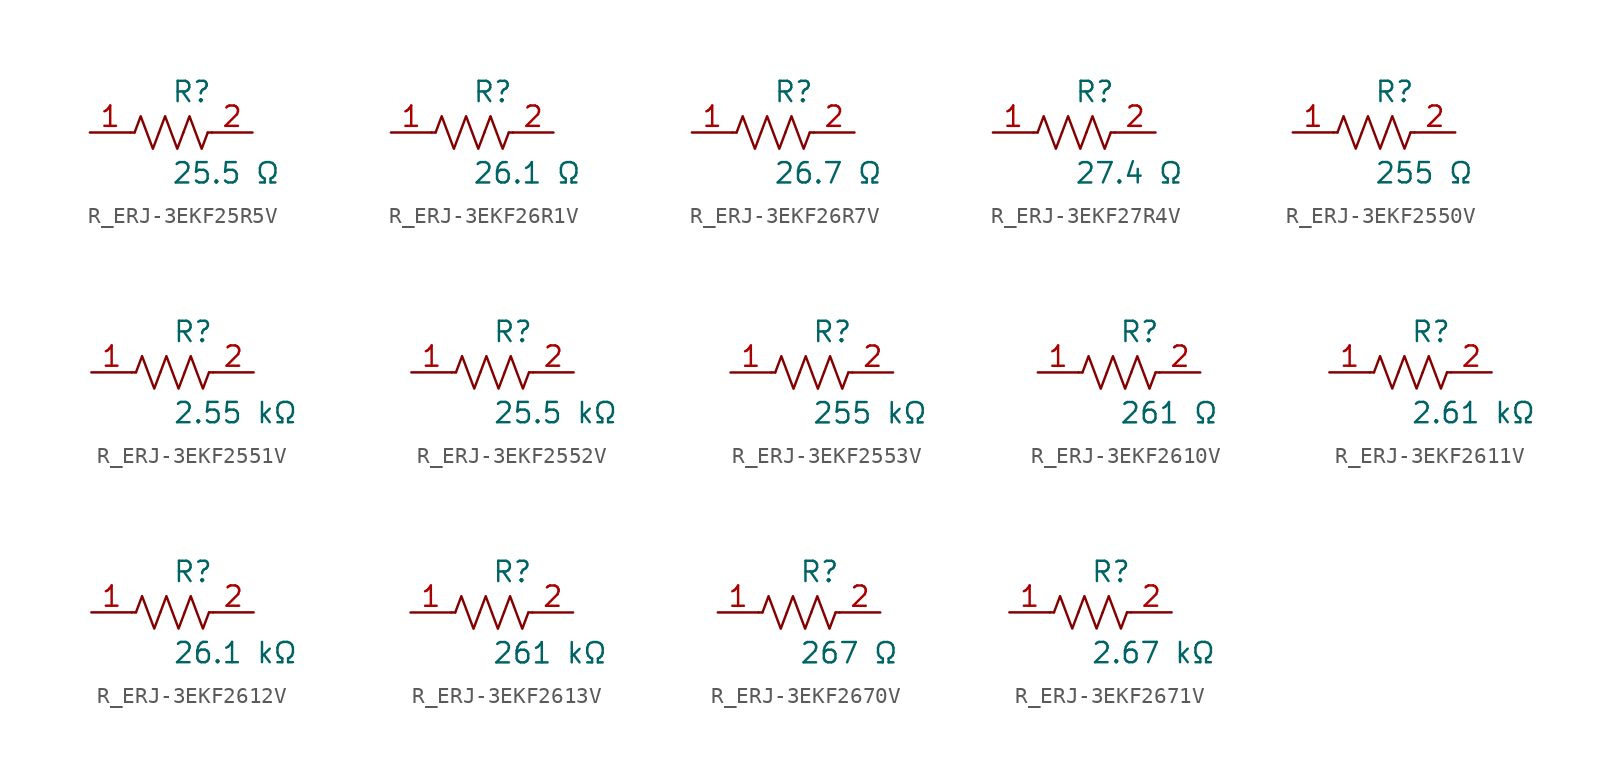
<source format=kicad_sym>
(kicad_symbol_lib
  (version 20231120)
  (generator "kicad_symbol_editor")
  (generator_version "8.0")
  (symbol "R_ERJ-3EKF25R5V"
    (pin_names
      (offset 0.254))
    (property "Reference" "R"
      (at 0 2.54 0)
      (effects (font (size 1.27 1.27)) (justify left)))
    (property "Value" "25.5 Ω"
      (at 0 -2.54 0)
      (effects (font (size 1.27 1.27)) (justify left)))
    (symbol "R_ERJ-3EKF25R5V_0_1"
      (polyline (pts (xy 2.286 0) (xy 2.54 0)) (stroke (width 0) (type default)) (fill (type none)))
      (polyline (pts (xy -2.286 0) (xy -2.54 0)) (stroke (width 0) (type default)) (fill (type none)))
      (polyline (pts (xy 0.762 0) (xy 1.143 1.016) (xy 1.524 0) (xy 1.905 -1.016) (xy 2.286 0)) (stroke (width 0) (type default)) (fill (type none)))
      (polyline (pts (xy -0.762 0) (xy -0.381 1.016) (xy 0 0) (xy 0.381 -1.016) (xy 0.762 0)) (stroke (width 0) (type default)) (fill (type none)))
      (polyline (pts (xy -2.286 0) (xy -1.905 1.016) (xy -1.524 0) (xy -1.143 -1.016) (xy -0.762 0)) (stroke (width 0) (type default)) (fill (type none))))
    (pin unspecified line
      (at -5.08 0 0)
      (length 2.54)
      (name "" (effects (font (size 1.27 1.27))))
      (number "1" (effects (font (size 1.27 1.27)))))
    (pin unspecified line
      (at 5.08 0 180)
      (length 2.54)
      (name "" (effects (font (size 1.27 1.27))))
      (number "2" (effects (font (size 1.27 1.27))))))
  (symbol "R_ERJ-3EKF26R1V"
    (pin_names
      (offset 0.254))
    (property "Reference" "R"
      (at 0 2.54 0)
      (effects (font (size 1.27 1.27)) (justify left)))
    (property "Value" "26.1 Ω"
      (at 0 -2.54 0)
      (effects (font (size 1.27 1.27)) (justify left)))
    (symbol "R_ERJ-3EKF26R1V_0_1"
      (polyline (pts (xy 2.286 0) (xy 2.54 0)) (stroke (width 0) (type default)) (fill (type none)))
      (polyline (pts (xy -2.286 0) (xy -2.54 0)) (stroke (width 0) (type default)) (fill (type none)))
      (polyline (pts (xy 0.762 0) (xy 1.143 1.016) (xy 1.524 0) (xy 1.905 -1.016) (xy 2.286 0)) (stroke (width 0) (type default)) (fill (type none)))
      (polyline (pts (xy -0.762 0) (xy -0.381 1.016) (xy 0 0) (xy 0.381 -1.016) (xy 0.762 0)) (stroke (width 0) (type default)) (fill (type none)))
      (polyline (pts (xy -2.286 0) (xy -1.905 1.016) (xy -1.524 0) (xy -1.143 -1.016) (xy -0.762 0)) (stroke (width 0) (type default)) (fill (type none))))
    (pin unspecified line
      (at -5.08 0 0)
      (length 2.54)
      (name "" (effects (font (size 1.27 1.27))))
      (number "1" (effects (font (size 1.27 1.27)))))
    (pin unspecified line
      (at 5.08 0 180)
      (length 2.54)
      (name "" (effects (font (size 1.27 1.27))))
      (number "2" (effects (font (size 1.27 1.27))))))
  (symbol "R_ERJ-3EKF26R7V"
    (pin_names
      (offset 0.254))
    (property "Reference" "R"
      (at 0 2.54 0)
      (effects (font (size 1.27 1.27)) (justify left)))
    (property "Value" "26.7 Ω"
      (at 0 -2.54 0)
      (effects (font (size 1.27 1.27)) (justify left)))
    (symbol "R_ERJ-3EKF26R7V_0_1"
      (polyline (pts (xy 2.286 0) (xy 2.54 0)) (stroke (width 0) (type default)) (fill (type none)))
      (polyline (pts (xy -2.286 0) (xy -2.54 0)) (stroke (width 0) (type default)) (fill (type none)))
      (polyline (pts (xy 0.762 0) (xy 1.143 1.016) (xy 1.524 0) (xy 1.905 -1.016) (xy 2.286 0)) (stroke (width 0) (type default)) (fill (type none)))
      (polyline (pts (xy -0.762 0) (xy -0.381 1.016) (xy 0 0) (xy 0.381 -1.016) (xy 0.762 0)) (stroke (width 0) (type default)) (fill (type none)))
      (polyline (pts (xy -2.286 0) (xy -1.905 1.016) (xy -1.524 0) (xy -1.143 -1.016) (xy -0.762 0)) (stroke (width 0) (type default)) (fill (type none))))
    (pin unspecified line
      (at -5.08 0 0)
      (length 2.54)
      (name "" (effects (font (size 1.27 1.27))))
      (number "1" (effects (font (size 1.27 1.27)))))
    (pin unspecified line
      (at 5.08 0 180)
      (length 2.54)
      (name "" (effects (font (size 1.27 1.27))))
      (number "2" (effects (font (size 1.27 1.27))))))
  (symbol "R_ERJ-3EKF27R4V"
    (pin_names
      (offset 0.254))
    (property "Reference" "R"
      (at 0 2.54 0)
      (effects (font (size 1.27 1.27)) (justify left)))
    (property "Value" "27.4 Ω"
      (at 0 -2.54 0)
      (effects (font (size 1.27 1.27)) (justify left)))
    (symbol "R_ERJ-3EKF27R4V_0_1"
      (polyline (pts (xy 2.286 0) (xy 2.54 0)) (stroke (width 0) (type default)) (fill (type none)))
      (polyline (pts (xy -2.286 0) (xy -2.54 0)) (stroke (width 0) (type default)) (fill (type none)))
      (polyline (pts (xy 0.762 0) (xy 1.143 1.016) (xy 1.524 0) (xy 1.905 -1.016) (xy 2.286 0)) (stroke (width 0) (type default)) (fill (type none)))
      (polyline (pts (xy -0.762 0) (xy -0.381 1.016) (xy 0 0) (xy 0.381 -1.016) (xy 0.762 0)) (stroke (width 0) (type default)) (fill (type none)))
      (polyline (pts (xy -2.286 0) (xy -1.905 1.016) (xy -1.524 0) (xy -1.143 -1.016) (xy -0.762 0)) (stroke (width 0) (type default)) (fill (type none))))
    (pin unspecified line
      (at -5.08 0 0)
      (length 2.54)
      (name "" (effects (font (size 1.27 1.27))))
      (number "1" (effects (font (size 1.27 1.27)))))
    (pin unspecified line
      (at 5.08 0 180)
      (length 2.54)
      (name "" (effects (font (size 1.27 1.27))))
      (number "2" (effects (font (size 1.27 1.27))))))
  (symbol "R_ERJ-3EKF2550V"
    (pin_names
      (offset 0.254))
    (property "Reference" "R"
      (at 0 2.54 0)
      (effects (font (size 1.27 1.27)) (justify left)))
    (property "Value" "255 Ω"
      (at 0 -2.54 0)
      (effects (font (size 1.27 1.27)) (justify left)))
    (symbol "R_ERJ-3EKF2550V_0_1"
      (polyline (pts (xy 2.286 0) (xy 2.54 0)) (stroke (width 0) (type default)) (fill (type none)))
      (polyline (pts (xy -2.286 0) (xy -2.54 0)) (stroke (width 0) (type default)) (fill (type none)))
      (polyline (pts (xy 0.762 0) (xy 1.143 1.016) (xy 1.524 0) (xy 1.905 -1.016) (xy 2.286 0)) (stroke (width 0) (type default)) (fill (type none)))
      (polyline (pts (xy -0.762 0) (xy -0.381 1.016) (xy 0 0) (xy 0.381 -1.016) (xy 0.762 0)) (stroke (width 0) (type default)) (fill (type none)))
      (polyline (pts (xy -2.286 0) (xy -1.905 1.016) (xy -1.524 0) (xy -1.143 -1.016) (xy -0.762 0)) (stroke (width 0) (type default)) (fill (type none))))
    (pin unspecified line
      (at -5.08 0 0)
      (length 2.54)
      (name "" (effects (font (size 1.27 1.27))))
      (number "1" (effects (font (size 1.27 1.27)))))
    (pin unspecified line
      (at 5.08 0 180)
      (length 2.54)
      (name "" (effects (font (size 1.27 1.27))))
      (number "2" (effects (font (size 1.27 1.27))))))
  (symbol "R_ERJ-3EKF2551V"
    (pin_names
      (offset 0.254))
    (property "Reference" "R"
      (at 0 2.54 0)
      (effects (font (size 1.27 1.27)) (justify left)))
    (property "Value" "2.55 kΩ"
      (at 0 -2.54 0)
      (effects (font (size 1.27 1.27)) (justify left)))
    (symbol "R_ERJ-3EKF2551V_0_1"
      (polyline (pts (xy 2.286 0) (xy 2.54 0)) (stroke (width 0) (type default)) (fill (type none)))
      (polyline (pts (xy -2.286 0) (xy -2.54 0)) (stroke (width 0) (type default)) (fill (type none)))
      (polyline (pts (xy 0.762 0) (xy 1.143 1.016) (xy 1.524 0) (xy 1.905 -1.016) (xy 2.286 0)) (stroke (width 0) (type default)) (fill (type none)))
      (polyline (pts (xy -0.762 0) (xy -0.381 1.016) (xy 0 0) (xy 0.381 -1.016) (xy 0.762 0)) (stroke (width 0) (type default)) (fill (type none)))
      (polyline (pts (xy -2.286 0) (xy -1.905 1.016) (xy -1.524 0) (xy -1.143 -1.016) (xy -0.762 0)) (stroke (width 0) (type default)) (fill (type none))))
    (pin unspecified line
      (at -5.08 0 0)
      (length 2.54)
      (name "" (effects (font (size 1.27 1.27))))
      (number "1" (effects (font (size 1.27 1.27)))))
    (pin unspecified line
      (at 5.08 0 180)
      (length 2.54)
      (name "" (effects (font (size 1.27 1.27))))
      (number "2" (effects (font (size 1.27 1.27))))))
  (symbol "R_ERJ-3EKF2552V"
    (pin_names
      (offset 0.254))
    (property "Reference" "R"
      (at 0 2.54 0)
      (effects (font (size 1.27 1.27)) (justify left)))
    (property "Value" "25.5 kΩ"
      (at 0 -2.54 0)
      (effects (font (size 1.27 1.27)) (justify left)))
    (symbol "R_ERJ-3EKF2552V_0_1"
      (polyline (pts (xy 2.286 0) (xy 2.54 0)) (stroke (width 0) (type default)) (fill (type none)))
      (polyline (pts (xy -2.286 0) (xy -2.54 0)) (stroke (width 0) (type default)) (fill (type none)))
      (polyline (pts (xy 0.762 0) (xy 1.143 1.016) (xy 1.524 0) (xy 1.905 -1.016) (xy 2.286 0)) (stroke (width 0) (type default)) (fill (type none)))
      (polyline (pts (xy -0.762 0) (xy -0.381 1.016) (xy 0 0) (xy 0.381 -1.016) (xy 0.762 0)) (stroke (width 0) (type default)) (fill (type none)))
      (polyline (pts (xy -2.286 0) (xy -1.905 1.016) (xy -1.524 0) (xy -1.143 -1.016) (xy -0.762 0)) (stroke (width 0) (type default)) (fill (type none))))
    (pin unspecified line
      (at -5.08 0 0)
      (length 2.54)
      (name "" (effects (font (size 1.27 1.27))))
      (number "1" (effects (font (size 1.27 1.27)))))
    (pin unspecified line
      (at 5.08 0 180)
      (length 2.54)
      (name "" (effects (font (size 1.27 1.27))))
      (number "2" (effects (font (size 1.27 1.27))))))
  (symbol "R_ERJ-3EKF2553V"
    (pin_names
      (offset 0.254))
    (property "Reference" "R"
      (at 0 2.54 0)
      (effects (font (size 1.27 1.27)) (justify left)))
    (property "Value" "255 kΩ"
      (at 0 -2.54 0)
      (effects (font (size 1.27 1.27)) (justify left)))
    (symbol "R_ERJ-3EKF2553V_0_1"
      (polyline (pts (xy 2.286 0) (xy 2.54 0)) (stroke (width 0) (type default)) (fill (type none)))
      (polyline (pts (xy -2.286 0) (xy -2.54 0)) (stroke (width 0) (type default)) (fill (type none)))
      (polyline (pts (xy 0.762 0) (xy 1.143 1.016) (xy 1.524 0) (xy 1.905 -1.016) (xy 2.286 0)) (stroke (width 0) (type default)) (fill (type none)))
      (polyline (pts (xy -0.762 0) (xy -0.381 1.016) (xy 0 0) (xy 0.381 -1.016) (xy 0.762 0)) (stroke (width 0) (type default)) (fill (type none)))
      (polyline (pts (xy -2.286 0) (xy -1.905 1.016) (xy -1.524 0) (xy -1.143 -1.016) (xy -0.762 0)) (stroke (width 0) (type default)) (fill (type none))))
    (pin unspecified line
      (at -5.08 0 0)
      (length 2.54)
      (name "" (effects (font (size 1.27 1.27))))
      (number "1" (effects (font (size 1.27 1.27)))))
    (pin unspecified line
      (at 5.08 0 180)
      (length 2.54)
      (name "" (effects (font (size 1.27 1.27))))
      (number "2" (effects (font (size 1.27 1.27))))))
  (symbol "R_ERJ-3EKF2610V"
    (pin_names
      (offset 0.254))
    (property "Reference" "R"
      (at 0 2.54 0)
      (effects (font (size 1.27 1.27)) (justify left)))
    (property "Value" "261 Ω"
      (at 0 -2.54 0)
      (effects (font (size 1.27 1.27)) (justify left)))
    (symbol "R_ERJ-3EKF2610V_0_1"
      (polyline (pts (xy 2.286 0) (xy 2.54 0)) (stroke (width 0) (type default)) (fill (type none)))
      (polyline (pts (xy -2.286 0) (xy -2.54 0)) (stroke (width 0) (type default)) (fill (type none)))
      (polyline (pts (xy 0.762 0) (xy 1.143 1.016) (xy 1.524 0) (xy 1.905 -1.016) (xy 2.286 0)) (stroke (width 0) (type default)) (fill (type none)))
      (polyline (pts (xy -0.762 0) (xy -0.381 1.016) (xy 0 0) (xy 0.381 -1.016) (xy 0.762 0)) (stroke (width 0) (type default)) (fill (type none)))
      (polyline (pts (xy -2.286 0) (xy -1.905 1.016) (xy -1.524 0) (xy -1.143 -1.016) (xy -0.762 0)) (stroke (width 0) (type default)) (fill (type none))))
    (pin unspecified line
      (at -5.08 0 0)
      (length 2.54)
      (name "" (effects (font (size 1.27 1.27))))
      (number "1" (effects (font (size 1.27 1.27)))))
    (pin unspecified line
      (at 5.08 0 180)
      (length 2.54)
      (name "" (effects (font (size 1.27 1.27))))
      (number "2" (effects (font (size 1.27 1.27))))))
  (symbol "R_ERJ-3EKF2611V"
    (pin_names
      (offset 0.254))
    (property "Reference" "R"
      (at 0 2.54 0)
      (effects (font (size 1.27 1.27)) (justify left)))
    (property "Value" "2.61 kΩ"
      (at 0 -2.54 0)
      (effects (font (size 1.27 1.27)) (justify left)))
    (symbol "R_ERJ-3EKF2611V_0_1"
      (polyline (pts (xy 2.286 0) (xy 2.54 0)) (stroke (width 0) (type default)) (fill (type none)))
      (polyline (pts (xy -2.286 0) (xy -2.54 0)) (stroke (width 0) (type default)) (fill (type none)))
      (polyline (pts (xy 0.762 0) (xy 1.143 1.016) (xy 1.524 0) (xy 1.905 -1.016) (xy 2.286 0)) (stroke (width 0) (type default)) (fill (type none)))
      (polyline (pts (xy -0.762 0) (xy -0.381 1.016) (xy 0 0) (xy 0.381 -1.016) (xy 0.762 0)) (stroke (width 0) (type default)) (fill (type none)))
      (polyline (pts (xy -2.286 0) (xy -1.905 1.016) (xy -1.524 0) (xy -1.143 -1.016) (xy -0.762 0)) (stroke (width 0) (type default)) (fill (type none))))
    (pin unspecified line
      (at -5.08 0 0)
      (length 2.54)
      (name "" (effects (font (size 1.27 1.27))))
      (number "1" (effects (font (size 1.27 1.27)))))
    (pin unspecified line
      (at 5.08 0 180)
      (length 2.54)
      (name "" (effects (font (size 1.27 1.27))))
      (number "2" (effects (font (size 1.27 1.27))))))
  (symbol "R_ERJ-3EKF2612V"
    (pin_names
      (offset 0.254))
    (property "Reference" "R"
      (at 0 2.54 0)
      (effects (font (size 1.27 1.27)) (justify left)))
    (property "Value" "26.1 kΩ"
      (at 0 -2.54 0)
      (effects (font (size 1.27 1.27)) (justify left)))
    (symbol "R_ERJ-3EKF2612V_0_1"
      (polyline (pts (xy 2.286 0) (xy 2.54 0)) (stroke (width 0) (type default)) (fill (type none)))
      (polyline (pts (xy -2.286 0) (xy -2.54 0)) (stroke (width 0) (type default)) (fill (type none)))
      (polyline (pts (xy 0.762 0) (xy 1.143 1.016) (xy 1.524 0) (xy 1.905 -1.016) (xy 2.286 0)) (stroke (width 0) (type default)) (fill (type none)))
      (polyline (pts (xy -0.762 0) (xy -0.381 1.016) (xy 0 0) (xy 0.381 -1.016) (xy 0.762 0)) (stroke (width 0) (type default)) (fill (type none)))
      (polyline (pts (xy -2.286 0) (xy -1.905 1.016) (xy -1.524 0) (xy -1.143 -1.016) (xy -0.762 0)) (stroke (width 0) (type default)) (fill (type none))))
    (pin unspecified line
      (at -5.08 0 0)
      (length 2.54)
      (name "" (effects (font (size 1.27 1.27))))
      (number "1" (effects (font (size 1.27 1.27)))))
    (pin unspecified line
      (at 5.08 0 180)
      (length 2.54)
      (name "" (effects (font (size 1.27 1.27))))
      (number "2" (effects (font (size 1.27 1.27))))))
  (symbol "R_ERJ-3EKF2613V"
    (pin_names
      (offset 0.254))
    (property "Reference" "R"
      (at 0 2.54 0)
      (effects (font (size 1.27 1.27)) (justify left)))
    (property "Value" "261 kΩ"
      (at 0 -2.54 0)
      (effects (font (size 1.27 1.27)) (justify left)))
    (symbol "R_ERJ-3EKF2613V_0_1"
      (polyline (pts (xy 2.286 0) (xy 2.54 0)) (stroke (width 0) (type default)) (fill (type none)))
      (polyline (pts (xy -2.286 0) (xy -2.54 0)) (stroke (width 0) (type default)) (fill (type none)))
      (polyline (pts (xy 0.762 0) (xy 1.143 1.016) (xy 1.524 0) (xy 1.905 -1.016) (xy 2.286 0)) (stroke (width 0) (type default)) (fill (type none)))
      (polyline (pts (xy -0.762 0) (xy -0.381 1.016) (xy 0 0) (xy 0.381 -1.016) (xy 0.762 0)) (stroke (width 0) (type default)) (fill (type none)))
      (polyline (pts (xy -2.286 0) (xy -1.905 1.016) (xy -1.524 0) (xy -1.143 -1.016) (xy -0.762 0)) (stroke (width 0) (type default)) (fill (type none))))
    (pin unspecified line
      (at -5.08 0 0)
      (length 2.54)
      (name "" (effects (font (size 1.27 1.27))))
      (number "1" (effects (font (size 1.27 1.27)))))
    (pin unspecified line
      (at 5.08 0 180)
      (length 2.54)
      (name "" (effects (font (size 1.27 1.27))))
      (number "2" (effects (font (size 1.27 1.27))))))
  (symbol "R_ERJ-3EKF2670V"
    (pin_names
      (offset 0.254))
    (property "Reference" "R"
      (at 0 2.54 0)
      (effects (font (size 1.27 1.27)) (justify left)))
    (property "Value" "267 Ω"
      (at 0 -2.54 0)
      (effects (font (size 1.27 1.27)) (justify left)))
    (symbol "R_ERJ-3EKF2670V_0_1"
      (polyline (pts (xy 2.286 0) (xy 2.54 0)) (stroke (width 0) (type default)) (fill (type none)))
      (polyline (pts (xy -2.286 0) (xy -2.54 0)) (stroke (width 0) (type default)) (fill (type none)))
      (polyline (pts (xy 0.762 0) (xy 1.143 1.016) (xy 1.524 0) (xy 1.905 -1.016) (xy 2.286 0)) (stroke (width 0) (type default)) (fill (type none)))
      (polyline (pts (xy -0.762 0) (xy -0.381 1.016) (xy 0 0) (xy 0.381 -1.016) (xy 0.762 0)) (stroke (width 0) (type default)) (fill (type none)))
      (polyline (pts (xy -2.286 0) (xy -1.905 1.016) (xy -1.524 0) (xy -1.143 -1.016) (xy -0.762 0)) (stroke (width 0) (type default)) (fill (type none))))
    (pin unspecified line
      (at -5.08 0 0)
      (length 2.54)
      (name "" (effects (font (size 1.27 1.27))))
      (number "1" (effects (font (size 1.27 1.27)))))
    (pin unspecified line
      (at 5.08 0 180)
      (length 2.54)
      (name "" (effects (font (size 1.27 1.27))))
      (number "2" (effects (font (size 1.27 1.27))))))
  (symbol "R_ERJ-3EKF2671V"
    (pin_names
      (offset 0.254))
    (property "Reference" "R"
      (at 0 2.54 0)
      (effects (font (size 1.27 1.27)) (justify left)))
    (property "Value" "2.67 kΩ"
      (at 0 -2.54 0)
      (effects (font (size 1.27 1.27)) (justify left)))
    (symbol "R_ERJ-3EKF2671V_0_1"
      (polyline (pts (xy 2.286 0) (xy 2.54 0)) (stroke (width 0) (type default)) (fill (type none)))
      (polyline (pts (xy -2.286 0) (xy -2.54 0)) (stroke (width 0) (type default)) (fill (type none)))
      (polyline (pts (xy 0.762 0) (xy 1.143 1.016) (xy 1.524 0) (xy 1.905 -1.016) (xy 2.286 0)) (stroke (width 0) (type default)) (fill (type none)))
      (polyline (pts (xy -0.762 0) (xy -0.381 1.016) (xy 0 0) (xy 0.381 -1.016) (xy 0.762 0)) (stroke (width 0) (type default)) (fill (type none)))
      (polyline (pts (xy -2.286 0) (xy -1.905 1.016) (xy -1.524 0) (xy -1.143 -1.016) (xy -0.762 0)) (stroke (width 0) (type default)) (fill (type none))))
    (pin unspecified line
      (at -5.08 0 0)
      (length 2.54)
      (name "" (effects (font (size 1.27 1.27))))
      (number "1" (effects (font (size 1.27 1.27)))))
    (pin unspecified line
      (at 5.08 0 180)
      (length 2.54)
      (name "" (effects (font (size 1.27 1.27))))
      (number "2" (effects (font (size 1.27 1.27)))))))
</source>
